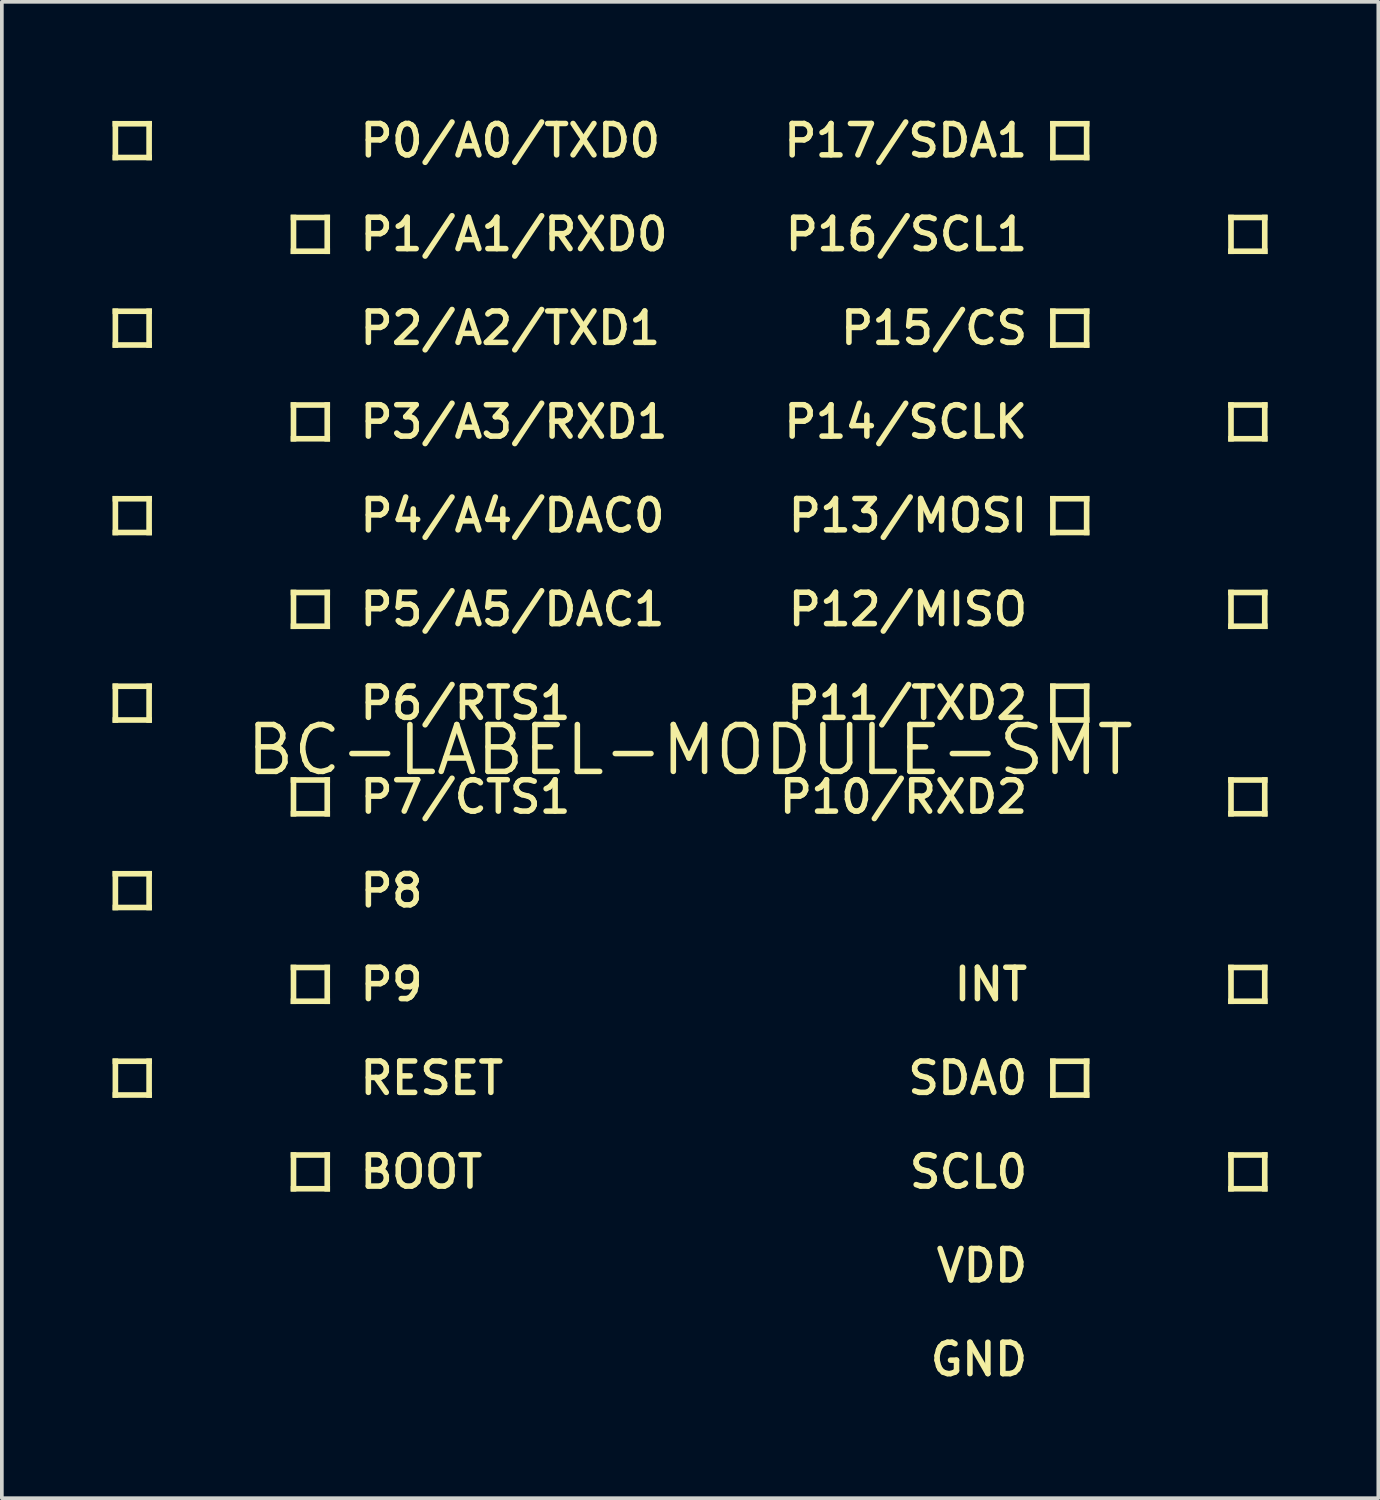
<source format=kicad_pcb>
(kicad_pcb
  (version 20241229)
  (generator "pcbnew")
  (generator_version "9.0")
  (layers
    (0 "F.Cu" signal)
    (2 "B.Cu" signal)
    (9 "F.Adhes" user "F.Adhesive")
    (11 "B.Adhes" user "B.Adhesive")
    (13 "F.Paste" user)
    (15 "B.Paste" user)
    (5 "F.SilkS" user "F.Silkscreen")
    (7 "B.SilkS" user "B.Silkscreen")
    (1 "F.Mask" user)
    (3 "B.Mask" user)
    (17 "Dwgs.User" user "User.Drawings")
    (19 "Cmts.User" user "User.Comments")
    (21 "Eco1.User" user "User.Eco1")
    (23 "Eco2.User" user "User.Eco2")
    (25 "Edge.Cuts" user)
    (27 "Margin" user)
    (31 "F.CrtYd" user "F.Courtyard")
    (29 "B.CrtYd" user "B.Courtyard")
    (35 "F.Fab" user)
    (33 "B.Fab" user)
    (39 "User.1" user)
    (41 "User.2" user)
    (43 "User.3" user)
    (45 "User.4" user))
  (footprint "BC-LABEL-MODULE-SMT"
    (layer "F.Cu")
    (at 15.646 17.27)
    (property "Reference" "BC-LABEL-MODULE-SMT" (at 0 0 0) (unlocked yes) (layer "F.SilkS") (effects (font (size 1.27 1.27) (thickness 0.15))))
    (fp_poly (pts (xy -15.494 -17.043) (xy -15.646 -17.043) (xy -15.646 -15.977) (xy -15.494 -15.977)) (stroke (width 0) (type default)) (fill yes) (layer "F.SilkS"))
    (fp_poly (pts (xy -15.494 -11.963) (xy -15.646 -11.963) (xy -15.646 -10.897) (xy -15.494 -10.897)) (stroke (width 0) (type default)) (fill yes) (layer "F.SilkS"))
    (fp_poly (pts (xy -15.494 -6.883) (xy -15.646 -6.883) (xy -15.646 -5.817) (xy -15.494 -5.817)) (stroke (width 0) (type default)) (fill yes) (layer "F.SilkS"))
    (fp_poly (pts (xy -15.494 -1.803) (xy -15.646 -1.803) (xy -15.646 -0.737) (xy -15.494 -0.737)) (stroke (width 0) (type default)) (fill yes) (layer "F.SilkS"))
    (fp_poly (pts (xy -15.494 3.277) (xy -15.646 3.277) (xy -15.646 4.343) (xy -15.494 4.343)) (stroke (width 0) (type default)) (fill yes) (layer "F.SilkS"))
    (fp_poly (pts (xy -15.494 8.357) (xy -15.646 8.357) (xy -15.646 9.423) (xy -15.494 9.423)) (stroke (width 0) (type default)) (fill yes) (layer "F.SilkS"))
    (fp_poly (pts (xy -14.58 -17.043) (xy -15.646 -17.043) (xy -15.646 -16.891) (xy -14.58 -16.891)) (stroke (width 0) (type default)) (fill yes) (layer "F.SilkS"))
    (fp_poly (pts (xy -14.58 -17.043) (xy -14.732 -17.043) (xy -14.732 -15.977) (xy -14.58 -15.977)) (stroke (width 0) (type default)) (fill yes) (layer "F.SilkS"))
    (fp_poly (pts (xy -14.58 -16.129) (xy -15.646 -16.129) (xy -15.646 -15.977) (xy -14.58 -15.977)) (stroke (width 0) (type default)) (fill yes) (layer "F.SilkS"))
    (fp_poly (pts (xy -14.58 -11.963) (xy -15.646 -11.963) (xy -15.646 -11.811) (xy -14.58 -11.811)) (stroke (width 0) (type default)) (fill yes) (layer "F.SilkS"))
    (fp_poly (pts (xy -14.58 -11.963) (xy -14.732 -11.963) (xy -14.732 -10.897) (xy -14.58 -10.897)) (stroke (width 0) (type default)) (fill yes) (layer "F.SilkS"))
    (fp_poly (pts (xy -14.58 -11.049) (xy -15.646 -11.049) (xy -15.646 -10.897) (xy -14.58 -10.897)) (stroke (width 0) (type default)) (fill yes) (layer "F.SilkS"))
    (fp_poly (pts (xy -14.58 -6.883) (xy -15.646 -6.883) (xy -15.646 -6.731) (xy -14.58 -6.731)) (stroke (width 0) (type default)) (fill yes) (layer "F.SilkS"))
    (fp_poly (pts (xy -14.58 -6.883) (xy -14.732 -6.883) (xy -14.732 -5.817) (xy -14.58 -5.817)) (stroke (width 0) (type default)) (fill yes) (layer "F.SilkS"))
    (fp_poly (pts (xy -14.58 -5.969) (xy -15.646 -5.969) (xy -15.646 -5.817) (xy -14.58 -5.817)) (stroke (width 0) (type default)) (fill yes) (layer "F.SilkS"))
    (fp_poly (pts (xy -14.58 -1.803) (xy -15.646 -1.803) (xy -15.646 -1.651) (xy -14.58 -1.651)) (stroke (width 0) (type default)) (fill yes) (layer "F.SilkS"))
    (fp_poly (pts (xy -14.58 -1.803) (xy -14.732 -1.803) (xy -14.732 -0.737) (xy -14.58 -0.737)) (stroke (width 0) (type default)) (fill yes) (layer "F.SilkS"))
    (fp_poly (pts (xy -14.58 -0.889) (xy -15.646 -0.889) (xy -15.646 -0.737) (xy -14.58 -0.737)) (stroke (width 0) (type default)) (fill yes) (layer "F.SilkS"))
    (fp_poly (pts (xy -14.58 3.277) (xy -15.646 3.277) (xy -15.646 3.429) (xy -14.58 3.429)) (stroke (width 0) (type default)) (fill yes) (layer "F.SilkS"))
    (fp_poly (pts (xy -14.58 3.277) (xy -14.732 3.277) (xy -14.732 4.343) (xy -14.58 4.343)) (stroke (width 0) (type default)) (fill yes) (layer "F.SilkS"))
    (fp_poly (pts (xy -14.58 4.191) (xy -15.646 4.191) (xy -15.646 4.343) (xy -14.58 4.343)) (stroke (width 0) (type default)) (fill yes) (layer "F.SilkS"))
    (fp_poly (pts (xy -14.58 8.357) (xy -15.646 8.357) (xy -15.646 8.509) (xy -14.58 8.509)) (stroke (width 0) (type default)) (fill yes) (layer "F.SilkS"))
    (fp_poly (pts (xy -14.58 8.357) (xy -14.732 8.357) (xy -14.732 9.423) (xy -14.58 9.423)) (stroke (width 0) (type default)) (fill yes) (layer "F.SilkS"))
    (fp_poly (pts (xy -14.58 9.271) (xy -15.646 9.271) (xy -15.646 9.423) (xy -14.58 9.423)) (stroke (width 0) (type default)) (fill yes) (layer "F.SilkS"))
    (fp_poly (pts (xy -10.82 -14.351) (xy -9.754 -14.351) (xy -9.754 -14.503) (xy -10.82 -14.503)) (stroke (width 0) (type default)) (fill yes) (layer "F.SilkS"))
    (fp_poly (pts (xy -10.82 -13.437) (xy -10.668 -13.437) (xy -10.668 -14.503) (xy -10.82 -14.503)) (stroke (width 0) (type default)) (fill yes) (layer "F.SilkS"))
    (fp_poly (pts (xy -10.82 -13.437) (xy -9.754 -13.437) (xy -9.754 -13.589) (xy -10.82 -13.589)) (stroke (width 0) (type default)) (fill yes) (layer "F.SilkS"))
    (fp_poly (pts (xy -10.82 -9.271) (xy -9.754 -9.271) (xy -9.754 -9.423) (xy -10.82 -9.423)) (stroke (width 0) (type default)) (fill yes) (layer "F.SilkS"))
    (fp_poly (pts (xy -10.82 -8.357) (xy -10.668 -8.357) (xy -10.668 -9.423) (xy -10.82 -9.423)) (stroke (width 0) (type default)) (fill yes) (layer "F.SilkS"))
    (fp_poly (pts (xy -10.82 -8.357) (xy -9.754 -8.357) (xy -9.754 -8.509) (xy -10.82 -8.509)) (stroke (width 0) (type default)) (fill yes) (layer "F.SilkS"))
    (fp_poly (pts (xy -10.82 -4.191) (xy -9.754 -4.191) (xy -9.754 -4.343) (xy -10.82 -4.343)) (stroke (width 0) (type default)) (fill yes) (layer "F.SilkS"))
    (fp_poly (pts (xy -10.82 -3.277) (xy -10.668 -3.277) (xy -10.668 -4.343) (xy -10.82 -4.343)) (stroke (width 0) (type default)) (fill yes) (layer "F.SilkS"))
    (fp_poly (pts (xy -10.82 -3.277) (xy -9.754 -3.277) (xy -9.754 -3.429) (xy -10.82 -3.429)) (stroke (width 0) (type default)) (fill yes) (layer "F.SilkS"))
    (fp_poly (pts (xy -10.82 0.889) (xy -9.754 0.889) (xy -9.754 0.737) (xy -10.82 0.737)) (stroke (width 0) (type default)) (fill yes) (layer "F.SilkS"))
    (fp_poly (pts (xy -10.82 1.803) (xy -10.668 1.803) (xy -10.668 0.737) (xy -10.82 0.737)) (stroke (width 0) (type default)) (fill yes) (layer "F.SilkS"))
    (fp_poly (pts (xy -10.82 1.803) (xy -9.754 1.803) (xy -9.754 1.651) (xy -10.82 1.651)) (stroke (width 0) (type default)) (fill yes) (layer "F.SilkS"))
    (fp_poly (pts (xy -10.82 5.969) (xy -9.754 5.969) (xy -9.754 5.817) (xy -10.82 5.817)) (stroke (width 0) (type default)) (fill yes) (layer "F.SilkS"))
    (fp_poly (pts (xy -10.82 6.883) (xy -10.668 6.883) (xy -10.668 5.817) (xy -10.82 5.817)) (stroke (width 0) (type default)) (fill yes) (layer "F.SilkS"))
    (fp_poly (pts (xy -10.82 6.883) (xy -9.754 6.883) (xy -9.754 6.731) (xy -10.82 6.731)) (stroke (width 0) (type default)) (fill yes) (layer "F.SilkS"))
    (fp_poly (pts (xy -10.82 11.049) (xy -9.754 11.049) (xy -9.754 10.897) (xy -10.82 10.897)) (stroke (width 0) (type default)) (fill yes) (layer "F.SilkS"))
    (fp_poly (pts (xy -10.82 11.963) (xy -10.668 11.963) (xy -10.668 10.897) (xy -10.82 10.897)) (stroke (width 0) (type default)) (fill yes) (layer "F.SilkS"))
    (fp_poly (pts (xy -10.82 11.963) (xy -9.754 11.963) (xy -9.754 11.811) (xy -10.82 11.811)) (stroke (width 0) (type default)) (fill yes) (layer "F.SilkS"))
    (fp_poly (pts (xy -9.906 -13.437) (xy -9.754 -13.437) (xy -9.754 -14.503) (xy -9.906 -14.503)) (stroke (width 0) (type default)) (fill yes) (layer "F.SilkS"))
    (fp_poly (pts (xy -9.906 -8.357) (xy -9.754 -8.357) (xy -9.754 -9.423) (xy -9.906 -9.423)) (stroke (width 0) (type default)) (fill yes) (layer "F.SilkS"))
    (fp_poly (pts (xy -9.906 -3.277) (xy -9.754 -3.277) (xy -9.754 -4.343) (xy -9.906 -4.343)) (stroke (width 0) (type default)) (fill yes) (layer "F.SilkS"))
    (fp_poly (pts (xy -9.906 1.803) (xy -9.754 1.803) (xy -9.754 0.737) (xy -9.906 0.737)) (stroke (width 0) (type default)) (fill yes) (layer "F.SilkS"))
    (fp_poly (pts (xy -9.906 6.883) (xy -9.754 6.883) (xy -9.754 5.817) (xy -9.906 5.817)) (stroke (width 0) (type default)) (fill yes) (layer "F.SilkS"))
    (fp_poly (pts (xy -9.906 11.963) (xy -9.754 11.963) (xy -9.754 10.897) (xy -9.906 10.897)) (stroke (width 0) (type default)) (fill yes) (layer "F.SilkS"))
    (fp_poly (pts (xy 9.906 -17.043) (xy 9.754 -17.043) (xy 9.754 -15.977) (xy 9.906 -15.977)) (stroke (width 0) (type default)) (fill yes) (layer "F.SilkS"))
    (fp_poly (pts (xy 9.906 -11.963) (xy 9.754 -11.963) (xy 9.754 -10.897) (xy 9.906 -10.897)) (stroke (width 0) (type default)) (fill yes) (layer "F.SilkS"))
    (fp_poly (pts (xy 9.906 -6.883) (xy 9.754 -6.883) (xy 9.754 -5.817) (xy 9.906 -5.817)) (stroke (width 0) (type default)) (fill yes) (layer "F.SilkS"))
    (fp_poly (pts (xy 9.906 -1.803) (xy 9.754 -1.803) (xy 9.754 -0.737) (xy 9.906 -0.737)) (stroke (width 0) (type default)) (fill yes) (layer "F.SilkS"))
    (fp_poly (pts (xy 9.906 8.357) (xy 9.754 8.357) (xy 9.754 9.423) (xy 9.906 9.423)) (stroke (width 0) (type default)) (fill yes) (layer "F.SilkS"))
    (fp_poly (pts (xy 10.668 9.398) (xy 10.795 9.398) (xy 10.795 8.382) (xy 10.668 8.382)) (stroke (width 0) (type default)) (fill yes) (layer "F.SilkS"))
    (fp_poly (pts (xy 10.82 -17.043) (xy 9.754 -17.043) (xy 9.754 -16.891) (xy 10.82 -16.891)) (stroke (width 0) (type default)) (fill yes) (layer "F.SilkS"))
    (fp_poly (pts (xy 10.82 -17.043) (xy 10.668 -17.043) (xy 10.668 -15.977) (xy 10.82 -15.977)) (stroke (width 0) (type default)) (fill yes) (layer "F.SilkS"))
    (fp_poly (pts (xy 10.82 -16.129) (xy 9.754 -16.129) (xy 9.754 -15.977) (xy 10.82 -15.977)) (stroke (width 0) (type default)) (fill yes) (layer "F.SilkS"))
    (fp_poly (pts (xy 10.82 -11.963) (xy 9.754 -11.963) (xy 9.754 -11.811) (xy 10.82 -11.811)) (stroke (width 0) (type default)) (fill yes) (layer "F.SilkS"))
    (fp_poly (pts (xy 10.82 -11.963) (xy 10.668 -11.963) (xy 10.668 -10.897) (xy 10.82 -10.897)) (stroke (width 0) (type default)) (fill yes) (layer "F.SilkS"))
    (fp_poly (pts (xy 10.82 -11.049) (xy 9.754 -11.049) (xy 9.754 -10.897) (xy 10.82 -10.897)) (stroke (width 0) (type default)) (fill yes) (layer "F.SilkS"))
    (fp_poly (pts (xy 10.82 -6.883) (xy 9.754 -6.883) (xy 9.754 -6.731) (xy 10.82 -6.731)) (stroke (width 0) (type default)) (fill yes) (layer "F.SilkS"))
    (fp_poly (pts (xy 10.82 -6.883) (xy 10.668 -6.883) (xy 10.668 -5.817) (xy 10.82 -5.817)) (stroke (width 0) (type default)) (fill yes) (layer "F.SilkS"))
    (fp_poly (pts (xy 10.82 -5.969) (xy 9.754 -5.969) (xy 9.754 -5.817) (xy 10.82 -5.817)) (stroke (width 0) (type default)) (fill yes) (layer "F.SilkS"))
    (fp_poly (pts (xy 10.82 -1.803) (xy 9.754 -1.803) (xy 9.754 -1.651) (xy 10.82 -1.651)) (stroke (width 0) (type default)) (fill yes) (layer "F.SilkS"))
    (fp_poly (pts (xy 10.82 -1.803) (xy 10.668 -1.803) (xy 10.668 -0.737) (xy 10.82 -0.737)) (stroke (width 0) (type default)) (fill yes) (layer "F.SilkS"))
    (fp_poly (pts (xy 10.82 -0.889) (xy 9.754 -0.889) (xy 9.754 -0.737) (xy 10.82 -0.737)) (stroke (width 0) (type default)) (fill yes) (layer "F.SilkS"))
    (fp_poly (pts (xy 10.82 8.357) (xy 9.754 8.357) (xy 9.754 8.509) (xy 10.82 8.509)) (stroke (width 0) (type default)) (fill yes) (layer "F.SilkS"))
    (fp_poly (pts (xy 10.82 8.357) (xy 10.668 8.357) (xy 10.668 9.423) (xy 10.82 9.423)) (stroke (width 0) (type default)) (fill yes) (layer "F.SilkS"))
    (fp_poly (pts (xy 10.82 9.271) (xy 9.754 9.271) (xy 9.754 9.423) (xy 10.82 9.423)) (stroke (width 0) (type default)) (fill yes) (layer "F.SilkS"))
    (fp_poly (pts (xy 14.58 -14.351) (xy 15.646 -14.351) (xy 15.646 -14.503) (xy 14.58 -14.503)) (stroke (width 0) (type default)) (fill yes) (layer "F.SilkS"))
    (fp_poly (pts (xy 14.58 -13.437) (xy 14.732 -13.437) (xy 14.732 -14.503) (xy 14.58 -14.503)) (stroke (width 0) (type default)) (fill yes) (layer "F.SilkS"))
    (fp_poly (pts (xy 14.58 -13.437) (xy 15.646 -13.437) (xy 15.646 -13.589) (xy 14.58 -13.589)) (stroke (width 0) (type default)) (fill yes) (layer "F.SilkS"))
    (fp_poly (pts (xy 14.58 -9.271) (xy 15.646 -9.271) (xy 15.646 -9.423) (xy 14.58 -9.423)) (stroke (width 0) (type default)) (fill yes) (layer "F.SilkS"))
    (fp_poly (pts (xy 14.58 -8.357) (xy 14.732 -8.357) (xy 14.732 -9.423) (xy 14.58 -9.423)) (stroke (width 0) (type default)) (fill yes) (layer "F.SilkS"))
    (fp_poly (pts (xy 14.58 -8.357) (xy 15.646 -8.357) (xy 15.646 -8.509) (xy 14.58 -8.509)) (stroke (width 0) (type default)) (fill yes) (layer "F.SilkS"))
    (fp_poly (pts (xy 14.58 -4.191) (xy 15.646 -4.191) (xy 15.646 -4.343) (xy 14.58 -4.343)) (stroke (width 0) (type default)) (fill yes) (layer "F.SilkS"))
    (fp_poly (pts (xy 14.58 -3.277) (xy 14.732 -3.277) (xy 14.732 -4.343) (xy 14.58 -4.343)) (stroke (width 0) (type default)) (fill yes) (layer "F.SilkS"))
    (fp_poly (pts (xy 14.58 -3.277) (xy 15.646 -3.277) (xy 15.646 -3.429) (xy 14.58 -3.429)) (stroke (width 0) (type default)) (fill yes) (layer "F.SilkS"))
    (fp_poly (pts (xy 14.58 0.889) (xy 15.646 0.889) (xy 15.646 0.737) (xy 14.58 0.737)) (stroke (width 0) (type default)) (fill yes) (layer "F.SilkS"))
    (fp_poly (pts (xy 14.58 1.803) (xy 14.732 1.803) (xy 14.732 0.737) (xy 14.58 0.737)) (stroke (width 0) (type default)) (fill yes) (layer "F.SilkS"))
    (fp_poly (pts (xy 14.58 1.803) (xy 15.646 1.803) (xy 15.646 1.651) (xy 14.58 1.651)) (stroke (width 0) (type default)) (fill yes) (layer "F.SilkS"))
    (fp_poly (pts (xy 14.58 5.969) (xy 15.646 5.969) (xy 15.646 5.817) (xy 14.58 5.817)) (stroke (width 0) (type default)) (fill yes) (layer "F.SilkS"))
    (fp_poly (pts (xy 14.58 6.883) (xy 14.732 6.883) (xy 14.732 5.817) (xy 14.58 5.817)) (stroke (width 0) (type default)) (fill yes) (layer "F.SilkS"))
    (fp_poly (pts (xy 14.58 6.883) (xy 15.646 6.883) (xy 15.646 6.731) (xy 14.58 6.731)) (stroke (width 0) (type default)) (fill yes) (layer "F.SilkS"))
    (fp_poly (pts (xy 14.58 11.049) (xy 15.646 11.049) (xy 15.646 10.897) (xy 14.58 10.897)) (stroke (width 0) (type default)) (fill yes) (layer "F.SilkS"))
    (fp_poly (pts (xy 14.58 11.963) (xy 14.732 11.963) (xy 14.732 10.897) (xy 14.58 10.897)) (stroke (width 0) (type default)) (fill yes) (layer "F.SilkS"))
    (fp_poly (pts (xy 14.58 11.963) (xy 15.646 11.963) (xy 15.646 11.811) (xy 14.58 11.811)) (stroke (width 0) (type default)) (fill yes) (layer "F.SilkS"))
    (fp_poly (pts (xy 15.494 -13.437) (xy 15.646 -13.437) (xy 15.646 -14.503) (xy 15.494 -14.503)) (stroke (width 0) (type default)) (fill yes) (layer "F.SilkS"))
    (fp_poly (pts (xy 15.494 -8.357) (xy 15.646 -8.357) (xy 15.646 -9.423) (xy 15.494 -9.423)) (stroke (width 0) (type default)) (fill yes) (layer "F.SilkS"))
    (fp_poly (pts (xy 15.494 -3.277) (xy 15.646 -3.277) (xy 15.646 -4.343) (xy 15.494 -4.343)) (stroke (width 0) (type default)) (fill yes) (layer "F.SilkS"))
    (fp_poly (pts (xy 15.494 1.803) (xy 15.646 1.803) (xy 15.646 0.737) (xy 15.494 0.737)) (stroke (width 0) (type default)) (fill yes) (layer "F.SilkS"))
    (fp_poly (pts (xy 15.494 6.883) (xy 15.646 6.883) (xy 15.646 5.817) (xy 15.494 5.817)) (stroke (width 0) (type default)) (fill yes) (layer "F.SilkS"))
    (fp_poly (pts (xy 15.494 11.963) (xy 15.646 11.963) (xy 15.646 10.897) (xy 15.494 10.897)) (stroke (width 0) (type default)) (fill yes) (layer "F.SilkS"))
    (fp_text user "P1/A1/RXD0" (at -9.017 -13.97 0) (layer "F.SilkS") (effects (font (size 0.85 0.85) (thickness 0.15)) (justify left)))
    (fp_text user "GND" (at 9.22 16.51 0) (layer "F.SilkS") (effects (font (size 0.85 0.85) (thickness 0.15)) (justify right)))
    (fp_text user "SCL0" (at 9.22 11.43 0) (layer "F.SilkS") (effects (font (size 0.85 0.85) (thickness 0.15)) (justify right)))
    (fp_text user "BOOT" (at -9.017 11.43 0) (layer "F.SilkS") (effects (font (size 0.85 0.85) (thickness 0.15)) (justify left)))
    (fp_text user "P10/RXD2" (at 9.22 1.27 0) (layer "F.SilkS") (effects (font (size 0.85 0.85) (thickness 0.15)) (justify right)))
    (fp_text user "P11/TXD2" (at 9.22 -1.27 0) (layer "F.SilkS") (effects (font (size 0.85 0.85) (thickness 0.15)) (justify right)))
    (fp_text user "P9" (at -9.017 6.35 0) (layer "F.SilkS") (effects (font (size 0.85 0.85) (thickness 0.15)) (justify left)))
    (fp_text user "P5/A5/DAC1" (at -9.017 -3.81 0) (layer "F.SilkS") (effects (font (size 0.85 0.85) (thickness 0.15)) (justify left)))
    (fp_text user "P12/MISO" (at 9.22 -3.81 0) (layer "F.SilkS") (effects (font (size 0.85 0.85) (thickness 0.15)) (justify right)))
    (fp_text user "P7/CTS1" (at -9.017 1.27 0) (layer "F.SilkS") (effects (font (size 0.85 0.85) (thickness 0.15)) (justify left)))
    (fp_text user "P16/SCL1" (at 9.22 -13.97 0) (layer "F.SilkS") (effects (font (size 0.85 0.85) (thickness 0.15)) (justify right)))
    (fp_text user "VDD" (at 9.22 13.97 0) (layer "F.SilkS") (effects (font (size 0.85 0.85) (thickness 0.15)) (justify right)))
    (fp_text user "P6/RTS1" (at -9.017 -1.27 0) (layer "F.SilkS") (effects (font (size 0.85 0.85) (thickness 0.15)) (justify left)))
    (fp_text user "P0/A0/TXD0" (at -9.017 -16.51 0) (layer "F.SilkS") (effects (font (size 0.85 0.85) (thickness 0.15)) (justify left)))
    (fp_text user "P15/CS" (at 9.22 -11.43 0) (layer "F.SilkS") (effects (font (size 0.85 0.85) (thickness 0.15)) (justify right)))
    (fp_text user "P3/A3/RXD1" (at -9.017 -8.89 0) (layer "F.SilkS") (effects (font (size 0.85 0.85) (thickness 0.15)) (justify left)))
    (fp_text user "P17/SDA1" (at 9.22 -16.51 0) (layer "F.SilkS") (effects (font (size 0.85 0.85) (thickness 0.15)) (justify right)))
    (fp_text user "P13/MOSI" (at 9.22 -6.35 0) (layer "F.SilkS") (effects (font (size 0.85 0.85) (thickness 0.15)) (justify right)))
    (fp_text user "SDA0" (at 9.22 8.89 0) (layer "F.SilkS") (effects (font (size 0.85 0.85) (thickness 0.15)) (justify right)))
    (fp_text user "P14/SCLK" (at 9.22 -8.89 0) (layer "F.SilkS") (effects (font (size 0.85 0.85) (thickness 0.15)) (justify right)))
    (fp_text user "P4/A4/DAC0" (at -9.017 -6.35 0) (layer "F.SilkS") (effects (font (size 0.85 0.85) (thickness 0.15)) (justify left)))
    (fp_text user "P8" (at -9.017 3.81 0) (layer "F.SilkS") (effects (font (size 0.85 0.85) (thickness 0.15)) (justify left)))
    (fp_text user "P2/A2/TXD1" (at -9.017 -11.43 0) (layer "F.SilkS") (effects (font (size 0.85 0.85) (thickness 0.15)) (justify left)))
    (fp_text user "INT" (at 9.22 6.35 0) (layer "F.SilkS") (effects (font (size 0.85 0.85) (thickness 0.15)) (justify right)))
    (fp_text user "RESET" (at -9.017 8.89 0) (layer "F.SilkS") (effects (font (size 0.85 0.85) (thickness 0.15)) (justify left))))
  (gr_rect
    (start -3 -3)
    (end 34.293 37.541)
    (stroke (width 0.1) (type default))
    (fill no)
    (layer "Edge.Cuts")))
</source>
